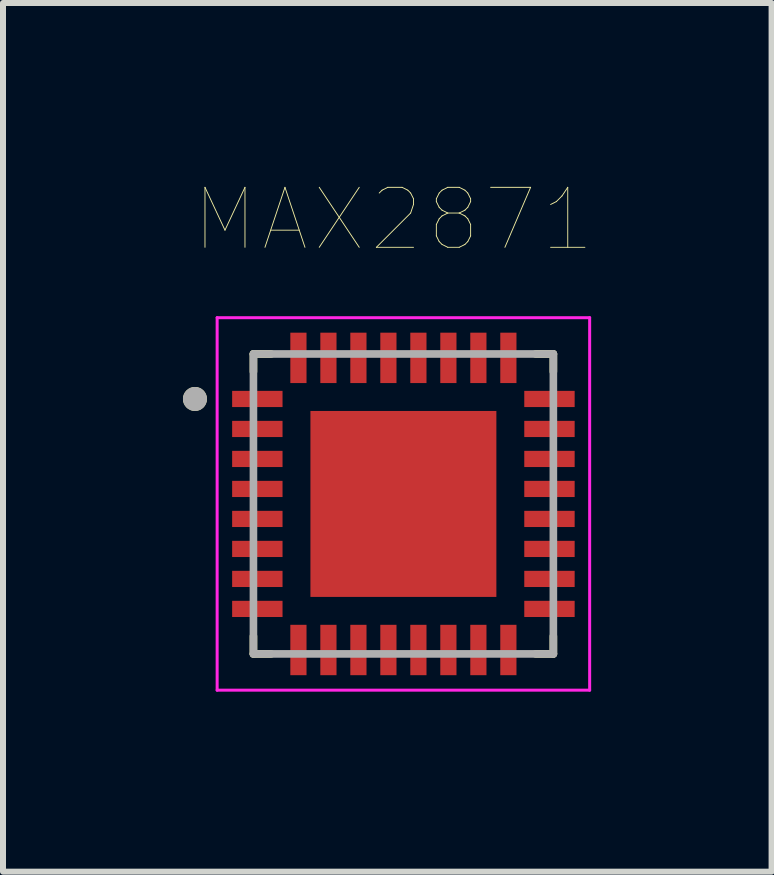
<source format=kicad_pcb>
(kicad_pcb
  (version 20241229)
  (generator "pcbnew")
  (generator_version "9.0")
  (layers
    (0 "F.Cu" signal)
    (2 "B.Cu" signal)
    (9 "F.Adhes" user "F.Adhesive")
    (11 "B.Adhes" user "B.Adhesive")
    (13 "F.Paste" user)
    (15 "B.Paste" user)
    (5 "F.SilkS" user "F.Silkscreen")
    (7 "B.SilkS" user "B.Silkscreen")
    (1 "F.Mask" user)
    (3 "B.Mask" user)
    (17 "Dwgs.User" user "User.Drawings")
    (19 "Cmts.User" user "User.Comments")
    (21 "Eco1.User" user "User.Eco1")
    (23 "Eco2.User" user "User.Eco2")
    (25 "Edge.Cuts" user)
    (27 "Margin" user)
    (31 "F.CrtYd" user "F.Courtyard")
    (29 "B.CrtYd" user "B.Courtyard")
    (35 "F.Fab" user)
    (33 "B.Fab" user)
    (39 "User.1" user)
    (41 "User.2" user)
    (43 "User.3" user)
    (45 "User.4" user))
  (footprint "MAX2871"
    (layer "F.Cu")
    (at 3.675 5.351)
    (property "Reference" "MAX2871" (at -0.165 -4.74 0) (layer "F.SilkS") (effects (font (size 1 1) (thickness 0.015))))
    (attr through_hole)
    (fp_line (start -2.5 -2.5) (end -2.5 -2.205) (stroke (width 0.127) (type solid)) (layer "F.SilkS"))
    (fp_line (start -2.5 -2.5) (end -2.205 -2.5) (stroke (width 0.127) (type solid)) (layer "F.SilkS"))
    (fp_line (start -2.5 2.5) (end -2.5 2.205) (stroke (width 0.127) (type solid)) (layer "F.SilkS"))
    (fp_line (start -2.5 2.5) (end -2.205 2.5) (stroke (width 0.127) (type solid)) (layer "F.SilkS"))
    (fp_line (start 2.5 -2.5) (end 2.205 -2.5) (stroke (width 0.127) (type solid)) (layer "F.SilkS"))
    (fp_line (start 2.5 -2.5) (end 2.5 -2.205) (stroke (width 0.127) (type solid)) (layer "F.SilkS"))
    (fp_line (start 2.5 2.5) (end 2.205 2.5) (stroke (width 0.127) (type solid)) (layer "F.SilkS"))
    (fp_line (start 2.5 2.5) (end 2.5 2.205) (stroke (width 0.127) (type solid)) (layer "F.SilkS"))
    (fp_circle (center -3.475 -1.75) (end -3.375 -1.75) (stroke (width 0.2) (type solid)) (fill no) (layer "F.SilkS"))
    (fp_poly (pts (xy -0.98 -0.98) (xy 0.98 -0.98) (xy 0.98 0.98) (xy -0.98 0.98)) (stroke (width 0.01) (type solid)) (fill yes) (layer "F.Paste"))
    (fp_line (start -3.105 -3.105) (end 3.105 -3.105) (stroke (width 0.05) (type solid)) (layer "F.CrtYd"))
    (fp_line (start -3.105 3.105) (end -3.105 -3.105) (stroke (width 0.05) (type solid)) (layer "F.CrtYd"))
    (fp_line (start -3.105 3.105) (end 3.105 3.105) (stroke (width 0.05) (type solid)) (layer "F.CrtYd"))
    (fp_line (start 3.105 3.105) (end 3.105 -3.105) (stroke (width 0.05) (type solid)) (layer "F.CrtYd"))
    (fp_line (start -2.5 2.5) (end -2.5 -2.5) (stroke (width 0.127) (type solid)) (layer "F.Fab"))
    (fp_line (start 2.5 -2.5) (end -2.5 -2.5) (stroke (width 0.127) (type solid)) (layer "F.Fab"))
    (fp_line (start 2.5 2.5) (end -2.5 2.5) (stroke (width 0.127) (type solid)) (layer "F.Fab"))
    (fp_line (start 2.5 2.5) (end 2.5 -2.5) (stroke (width 0.127) (type solid)) (layer "F.Fab"))
    (fp_circle (center -3.475 -1.75) (end -3.375 -1.75) (stroke (width 0.2) (type solid)) (fill no) (layer "F.Fab"))
    (pad "1" smd rect (at -2.435 -1.75) (size 0.84 0.27) (layers "F.Cu" "F.Mask" "F.Paste"))
    (pad "2" smd rect (at -2.435 -1.25) (size 0.84 0.27) (layers "F.Cu" "F.Mask" "F.Paste"))
    (pad "3" smd rect (at -2.435 -0.75) (size 0.84 0.27) (layers "F.Cu" "F.Mask" "F.Paste"))
    (pad "4" smd rect (at -2.435 -0.25) (size 0.84 0.27) (layers "F.Cu" "F.Mask" "F.Paste"))
    (pad "5" smd rect (at -2.435 0.25) (size 0.84 0.27) (layers "F.Cu" "F.Mask" "F.Paste"))
    (pad "6" smd rect (at -2.435 0.75) (size 0.84 0.27) (layers "F.Cu" "F.Mask" "F.Paste"))
    (pad "7" smd rect (at -2.435 1.25) (size 0.84 0.27) (layers "F.Cu" "F.Mask" "F.Paste"))
    (pad "8" smd rect (at -2.435 1.75) (size 0.84 0.27) (layers "F.Cu" "F.Mask" "F.Paste"))
    (pad "9" smd rect (at -1.75 2.435) (size 0.27 0.84) (layers "F.Cu" "F.Mask" "F.Paste"))
    (pad "10" smd rect (at -1.25 2.435) (size 0.27 0.84) (layers "F.Cu" "F.Mask" "F.Paste"))
    (pad "11" smd rect (at -0.75 2.435) (size 0.27 0.84) (layers "F.Cu" "F.Mask" "F.Paste"))
    (pad "12" smd rect (at -0.25 2.435) (size 0.27 0.84) (layers "F.Cu" "F.Mask" "F.Paste"))
    (pad "13" smd rect (at 0.25 2.435) (size 0.27 0.84) (layers "F.Cu" "F.Mask" "F.Paste"))
    (pad "14" smd rect (at 0.75 2.435) (size 0.27 0.84) (layers "F.Cu" "F.Mask" "F.Paste"))
    (pad "15" smd rect (at 1.25 2.435) (size 0.27 0.84) (layers "F.Cu" "F.Mask" "F.Paste"))
    (pad "16" smd rect (at 1.75 2.435) (size 0.27 0.84) (layers "F.Cu" "F.Mask" "F.Paste"))
    (pad "17" smd rect (at 2.435 1.75) (size 0.84 0.27) (layers "F.Cu" "F.Mask" "F.Paste"))
    (pad "18" smd rect (at 2.435 1.25) (size 0.84 0.27) (layers "F.Cu" "F.Mask" "F.Paste"))
    (pad "19" smd rect (at 2.435 0.75) (size 0.84 0.27) (layers "F.Cu" "F.Mask" "F.Paste"))
    (pad "20" smd rect (at 2.435 0.25) (size 0.84 0.27) (layers "F.Cu" "F.Mask" "F.Paste"))
    (pad "21" smd rect (at 2.435 -0.25) (size 0.84 0.27) (layers "F.Cu" "F.Mask" "F.Paste"))
    (pad "22" smd rect (at 2.435 -0.75) (size 0.84 0.27) (layers "F.Cu" "F.Mask" "F.Paste"))
    (pad "23" smd rect (at 2.435 -1.25) (size 0.84 0.27) (layers "F.Cu" "F.Mask" "F.Paste"))
    (pad "24" smd rect (at 2.435 -1.75) (size 0.84 0.27) (layers "F.Cu" "F.Mask" "F.Paste"))
    (pad "25" smd rect (at 1.75 -2.435) (size 0.27 0.84) (layers "F.Cu" "F.Mask" "F.Paste"))
    (pad "26" smd rect (at 1.25 -2.435) (size 0.27 0.84) (layers "F.Cu" "F.Mask" "F.Paste"))
    (pad "27" smd rect (at 0.75 -2.435) (size 0.27 0.84) (layers "F.Cu" "F.Mask" "F.Paste"))
    (pad "28" smd rect (at 0.25 -2.435) (size 0.27 0.84) (layers "F.Cu" "F.Mask" "F.Paste"))
    (pad "29" smd rect (at -0.25 -2.435) (size 0.27 0.84) (layers "F.Cu" "F.Mask" "F.Paste"))
    (pad "30" smd rect (at -0.75 -2.435) (size 0.27 0.84) (layers "F.Cu" "F.Mask" "F.Paste"))
    (pad "31" smd rect (at -1.25 -2.435) (size 0.27 0.84) (layers "F.Cu" "F.Mask" "F.Paste"))
    (pad "32" smd rect (at -1.75 -2.435) (size 0.27 0.84) (layers "F.Cu" "F.Mask" "F.Paste"))
    (pad "33" smd rect (at 0 0) (size 3.1 3.1) (layers "F.Cu" "F.Mask")))
  (gr_rect
    (start -3 -3)
    (end 9.813 11.481)
    (stroke (width 0.1) (type default))
    (fill no)
    (layer "Edge.Cuts")))
</source>
